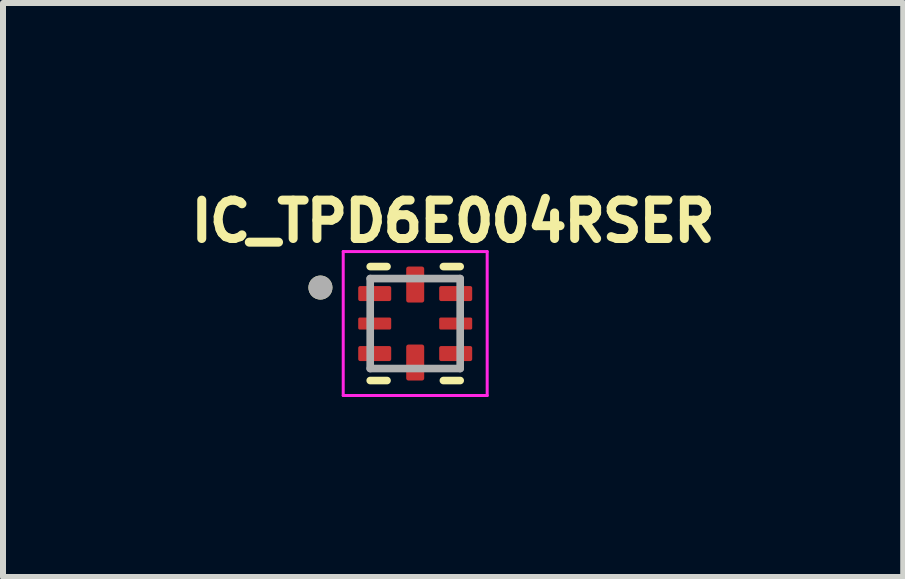
<source format=kicad_pcb>
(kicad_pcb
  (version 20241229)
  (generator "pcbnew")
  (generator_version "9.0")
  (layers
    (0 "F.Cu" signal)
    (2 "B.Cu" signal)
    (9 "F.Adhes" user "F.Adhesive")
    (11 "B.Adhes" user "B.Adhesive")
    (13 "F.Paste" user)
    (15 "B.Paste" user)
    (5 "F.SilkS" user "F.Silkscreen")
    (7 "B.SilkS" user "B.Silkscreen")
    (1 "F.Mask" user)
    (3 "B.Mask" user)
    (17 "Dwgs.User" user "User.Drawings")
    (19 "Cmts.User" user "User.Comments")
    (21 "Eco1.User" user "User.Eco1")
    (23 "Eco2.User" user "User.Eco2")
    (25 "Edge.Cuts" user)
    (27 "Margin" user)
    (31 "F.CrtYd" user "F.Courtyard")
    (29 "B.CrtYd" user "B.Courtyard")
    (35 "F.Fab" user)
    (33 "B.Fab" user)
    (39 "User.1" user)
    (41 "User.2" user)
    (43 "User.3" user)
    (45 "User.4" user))
  (footprint "IC_TPD6E004RSER"
    (layer "F.Cu")
    (at 3.872 2.344)
    (property "Reference" "IC_TPD6E004RSER" (at 0.632 -1.706 0) (layer "F.SilkS") (effects (font (size 0.64 0.64) (thickness 0.15))))
    (attr smd)
    (fp_line (start -0.75 -0.95) (end -0.47 -0.95) (stroke (width 0.127) (type solid)) (layer "F.SilkS"))
    (fp_line (start -0.75 0.95) (end -0.47 0.95) (stroke (width 0.127) (type solid)) (layer "F.SilkS"))
    (fp_line (start 0.75 -0.95) (end 0.47 -0.95) (stroke (width 0.127) (type solid)) (layer "F.SilkS"))
    (fp_line (start 0.75 0.95) (end 0.47 0.95) (stroke (width 0.127) (type solid)) (layer "F.SilkS"))
    (fp_circle (center -1.58 -0.6) (end -1.48 -0.6) (stroke (width 0.2) (type solid)) (fill no) (layer "F.SilkS"))
    (fp_line (start -1.2 -1.2) (end 1.2 -1.2) (stroke (width 0.05) (type solid)) (layer "F.CrtYd"))
    (fp_line (start -1.2 1.2) (end -1.2 -1.2) (stroke (width 0.05) (type solid)) (layer "F.CrtYd"))
    (fp_line (start -1.2 1.2) (end 1.2 1.2) (stroke (width 0.05) (type solid)) (layer "F.CrtYd"))
    (fp_line (start 1.2 1.2) (end 1.2 -1.2) (stroke (width 0.05) (type solid)) (layer "F.CrtYd"))
    (fp_line (start -0.75 0.75) (end -0.75 -0.75) (stroke (width 0.127) (type solid)) (layer "F.Fab"))
    (fp_line (start 0.75 -0.75) (end -0.75 -0.75) (stroke (width 0.127) (type solid)) (layer "F.Fab"))
    (fp_line (start 0.75 0.75) (end -0.75 0.75) (stroke (width 0.127) (type solid)) (layer "F.Fab"))
    (fp_line (start 0.75 0.75) (end 0.75 -0.75) (stroke (width 0.127) (type solid)) (layer "F.Fab"))
    (fp_circle (center -1.58 -0.6) (end -1.48 -0.6) (stroke (width 0.2) (type solid)) (fill no) (layer "F.Fab"))
    (pad "1" smd roundrect (at -0.675 -0.5) (size 0.55 0.25) (layers "F.Cu" "F.Mask" "F.Paste") (roundrect_rratio 0.125))
    (pad "2" smd roundrect (at -0.675 0) (size 0.55 0.2) (layers "F.Cu" "F.Mask" "F.Paste") (roundrect_rratio 0.125))
    (pad "3" smd roundrect (at -0.675 0.5) (size 0.55 0.25) (layers "F.Cu" "F.Mask" "F.Paste") (roundrect_rratio 0.125))
    (pad "4" smd roundrect (at 0 0.65) (size 0.3 0.6) (layers "F.Cu" "F.Mask" "F.Paste") (roundrect_rratio 0.125))
    (pad "5" smd roundrect (at 0.675 0.5) (size 0.55 0.25) (layers "F.Cu" "F.Mask" "F.Paste") (roundrect_rratio 0.125))
    (pad "6" smd roundrect (at 0.675 0) (size 0.55 0.2) (layers "F.Cu" "F.Mask" "F.Paste") (roundrect_rratio 0.125))
    (pad "7" smd roundrect (at 0.675 -0.5) (size 0.55 0.25) (layers "F.Cu" "F.Mask" "F.Paste") (roundrect_rratio 0.125))
    (pad "8" smd roundrect (at 0 -0.65) (size 0.3 0.6) (layers "F.Cu" "F.Mask" "F.Paste") (roundrect_rratio 0.125)))
  (gr_rect
    (start -3 -3)
    (end 12.008 6.569)
    (stroke (width 0.1) (type default))
    (fill no)
    (layer "Edge.Cuts")))
</source>
